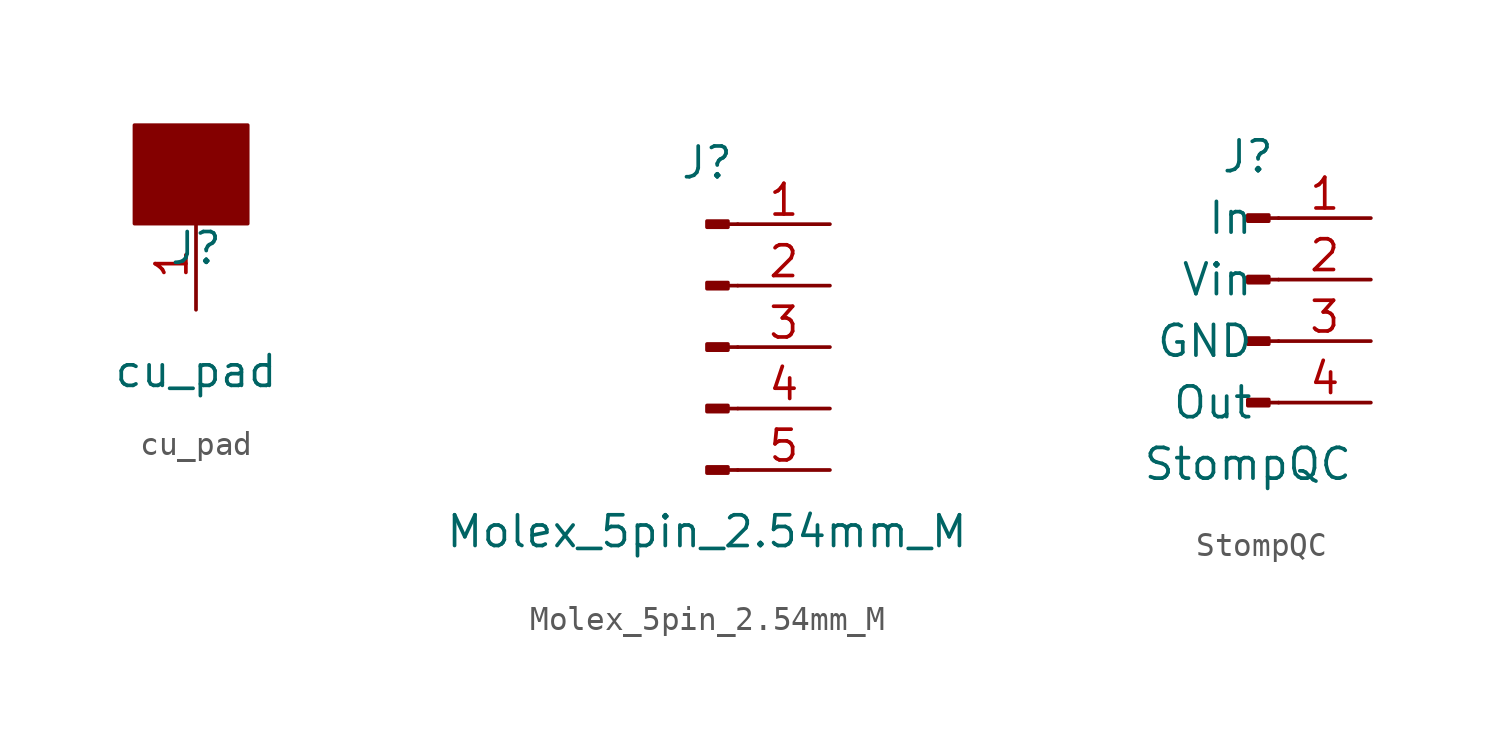
<source format=kicad_sym>
(kicad_symbol_lib
  (version 20220914)
  (generator kicad_symbol_editor)
  (symbol "cu_pad"
    (pin_names
      (offset 1.016) hide)
    (property "Reference" "J"
      (at 0 2.54 0)
      (effects (font (size 1.27 1.27))))
    (property "Value" "cu_pad"
      (at 0 -2.54 0)
      (effects (font (size 1.27 1.27))))
    (symbol "cu_pad_1_1"
      (rectangle (start -2.54 7.62) (end 2.134 3.556) (stroke (width 0.152) (type default)) (fill (type outline)))
      (pin passive line (at 0 0 90) (length 3.81) (name "Pin_1" (effects (font (size 1.27 1.27)))) (number "1" (effects (font (size 1.27 1.27)))))))
  (symbol "Molex_5pin_2.54mm_M"
    (pin_names
      (offset 1.016) hide)
    (property "Reference" "J"
      (at 0 7.62 0)
      (effects (font (size 1.27 1.27))))
    (property "Value" "Molex_5pin_2.54mm_M"
      (at 0 -7.62 0)
      (effects (font (size 1.27 1.27))))
    (symbol "Molex_5pin_2.54mm_M_1_1"
      (polyline (pts (xy 1.27 -5.08) (xy 0.864 -5.08)) (stroke (width 0.152) (type default)) (fill (type none)))
      (polyline (pts (xy 1.27 -2.54) (xy 0.864 -2.54)) (stroke (width 0.152) (type default)) (fill (type none)))
      (polyline (pts (xy 1.27 0) (xy 0.864 0)) (stroke (width 0.152) (type default)) (fill (type none)))
      (polyline (pts (xy 1.27 2.54) (xy 0.864 2.54)) (stroke (width 0.152) (type default)) (fill (type none)))
      (polyline (pts (xy 1.27 5.08) (xy 0.864 5.08)) (stroke (width 0.152) (type default)) (fill (type none)))
      (rectangle (start 0.864 -4.953) (end 0 -5.207) (stroke (width 0.152) (type default)) (fill (type outline)))
      (rectangle (start 0.864 -2.413) (end 0 -2.667) (stroke (width 0.152) (type default)) (fill (type outline)))
      (rectangle (start 0.864 0.127) (end 0 -0.127) (stroke (width 0.152) (type default)) (fill (type outline)))
      (rectangle (start 0.864 2.667) (end 0 2.413) (stroke (width 0.152) (type default)) (fill (type outline)))
      (rectangle (start 0.864 5.207) (end 0 4.953) (stroke (width 0.152) (type default)) (fill (type outline)))
      (pin passive line (at 5.08 5.08 180) (length 3.81) (name "Pin_1" (effects (font (size 1.27 1.27)))) (number "1" (effects (font (size 1.27 1.27)))))
      (pin passive line (at 5.08 2.54 180) (length 3.81) (name "Pin_2" (effects (font (size 1.27 1.27)))) (number "2" (effects (font (size 1.27 1.27)))))
      (pin passive line (at 5.08 0 180) (length 3.81) (name "Pin_3" (effects (font (size 1.27 1.27)))) (number "3" (effects (font (size 1.27 1.27)))))
      (pin passive line (at 5.08 -2.54 180) (length 3.81) (name "Pin_4" (effects (font (size 1.27 1.27)))) (number "4" (effects (font (size 1.27 1.27)))))
      (pin passive line (at 5.08 -5.08 180) (length 3.81) (name "Pin_5" (effects (font (size 1.27 1.27)))) (number "5" (effects (font (size 1.27 1.27)))))))
  (symbol "StompQC"
    (pin_names
      (offset 1.016))
    (property "Reference" "J"
      (at 0 5.08 0)
      (effects (font (size 1.27 1.27))))
    (property "Value" "StompQC"
      (at 0 -7.62 0)
      (effects (font (size 1.27 1.27))))
    (symbol "StompQC_1_1"
      (polyline (pts (xy 1.27 -5.08) (xy 0.864 -5.08)) (stroke (width 0.152) (type default)) (fill (type none)))
      (polyline (pts (xy 1.27 -2.54) (xy 0.864 -2.54)) (stroke (width 0.152) (type default)) (fill (type none)))
      (polyline (pts (xy 1.27 0) (xy 0.864 0)) (stroke (width 0.152) (type default)) (fill (type none)))
      (polyline (pts (xy 1.27 2.54) (xy 0.864 2.54)) (stroke (width 0.152) (type default)) (fill (type none)))
      (rectangle (start 0.864 -4.953) (end 0 -5.207) (stroke (width 0.152) (type default)) (fill (type outline)))
      (rectangle (start 0.864 -2.413) (end 0 -2.667) (stroke (width 0.152) (type default)) (fill (type outline)))
      (rectangle (start 0.864 0.127) (end 0 -0.127) (stroke (width 0.152) (type default)) (fill (type outline)))
      (rectangle (start 0.864 2.667) (end 0 2.413) (stroke (width 0.152) (type default)) (fill (type outline)))
      (pin passive line (at 5.08 2.54 180) (length 3.81) (name "In" (effects (font (size 1.27 1.27)))) (number "1" (effects (font (size 1.27 1.27)))))
      (pin passive line (at 5.08 0 180) (length 3.81) (name "Vin" (effects (font (size 1.27 1.27)))) (number "2" (effects (font (size 1.27 1.27)))))
      (pin passive line (at 5.08 -2.54 180) (length 3.81) (name "GND" (effects (font (size 1.27 1.27)))) (number "3" (effects (font (size 1.27 1.27)))))
      (pin passive line (at 5.08 -5.08 180) (length 3.81) (name "Out" (effects (font (size 1.27 1.27)))) (number "4" (effects (font (size 1.27 1.27))))))))
</source>
